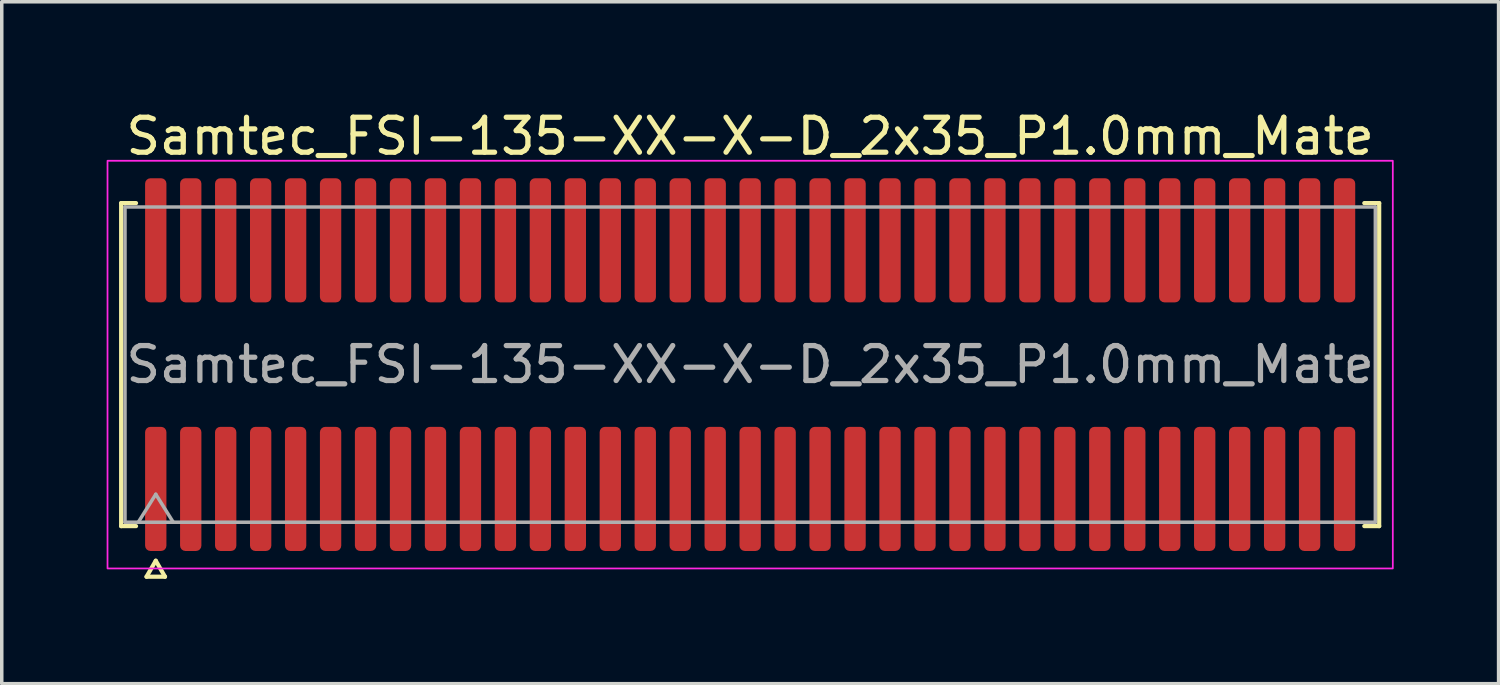
<source format=kicad_pcb>
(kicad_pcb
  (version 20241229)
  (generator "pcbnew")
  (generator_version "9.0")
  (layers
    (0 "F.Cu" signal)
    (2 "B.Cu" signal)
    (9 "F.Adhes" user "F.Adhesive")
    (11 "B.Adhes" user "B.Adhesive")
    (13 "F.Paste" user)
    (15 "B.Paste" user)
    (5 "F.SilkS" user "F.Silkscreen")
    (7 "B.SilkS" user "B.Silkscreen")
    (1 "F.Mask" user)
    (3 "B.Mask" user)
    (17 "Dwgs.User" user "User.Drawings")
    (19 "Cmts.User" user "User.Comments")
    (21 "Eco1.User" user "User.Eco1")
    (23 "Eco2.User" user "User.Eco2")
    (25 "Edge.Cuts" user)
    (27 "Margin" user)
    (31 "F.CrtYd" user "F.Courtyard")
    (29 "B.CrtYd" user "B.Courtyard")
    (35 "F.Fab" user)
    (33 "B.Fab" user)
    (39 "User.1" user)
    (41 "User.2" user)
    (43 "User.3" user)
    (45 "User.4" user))
  (footprint "Samtec_FSI-135-XX-X-D_2x35_P1.0mm_Mate"
    (layer "F.Cu")
    (at 18.405 7.378)
    (property "Reference" "Samtec_FSI-135-XX-X-D_2x35_P1.0mm_Mate" (at 0 -6.53 0) (layer "F.SilkS") (effects (font (size 1 1) (thickness 0.15))))
    (attr exclude_from_pos_files exclude_from_bom)
    (fp_line (start -17.99 -4.619) (end -17.565 -4.619) (stroke (width 0.12) (type solid)) (layer "F.SilkS"))
    (fp_line (start -17.99 4.619) (end -17.99 -4.619) (stroke (width 0.12) (type solid)) (layer "F.SilkS"))
    (fp_line (start -17.565 4.619) (end -17.99 4.619) (stroke (width 0.12) (type solid)) (layer "F.SilkS"))
    (fp_line (start -17.264 6.066) (end -17 5.609) (stroke (width 0.12) (type solid)) (layer "F.SilkS"))
    (fp_line (start -17 5.609) (end -16.736 6.066) (stroke (width 0.12) (type solid)) (layer "F.SilkS"))
    (fp_line (start -16.736 6.066) (end -17.264 6.066) (stroke (width 0.12) (type solid)) (layer "F.SilkS"))
    (fp_line (start 17.565 -4.619) (end 17.99 -4.619) (stroke (width 0.12) (type solid)) (layer "F.SilkS"))
    (fp_line (start 17.99 -4.619) (end 17.99 4.619) (stroke (width 0.12) (type solid)) (layer "F.SilkS"))
    (fp_line (start 17.99 4.619) (end 17.565 4.619) (stroke (width 0.12) (type solid)) (layer "F.SilkS"))
    (fp_rect (start -18.38 -5.83) (end 18.38 5.83) (stroke (width 0.05) (type solid)) (fill no) (layer "F.CrtYd"))
    (fp_line (start -17.88 -4.508) (end 17.88 -4.508) (stroke (width 0.1) (type solid)) (layer "F.Fab"))
    (fp_line (start -17.88 4.508) (end -17.88 -4.508) (stroke (width 0.1) (type solid)) (layer "F.Fab"))
    (fp_line (start -17.5 4.508) (end -17 3.708) (stroke (width 0.1) (type solid)) (layer "F.Fab"))
    (fp_line (start -17 3.708) (end -16.5 4.508) (stroke (width 0.1) (type solid)) (layer "F.Fab"))
    (fp_line (start 17.88 -4.508) (end 17.88 4.508) (stroke (width 0.1) (type solid)) (layer "F.Fab"))
    (fp_line (start 17.88 4.508) (end -17.88 4.508) (stroke (width 0.1) (type solid)) (layer "F.Fab"))
    (fp_text user "${REFERENCE}" (at 0 0 0) (layer "F.Fab") (effects (font (size 1 1) (thickness 0.15))))
    (pad "1" smd roundrect (at -17 3.555) (size 0.61 3.55) (layers "F.Cu" "F.Mask") (roundrect_rratio 0.25))
    (pad "2" smd roundrect (at -17 -3.555) (size 0.61 3.55) (layers "F.Cu" "F.Mask") (roundrect_rratio 0.25))
    (pad "3" smd roundrect (at -16 3.555) (size 0.61 3.55) (layers "F.Cu" "F.Mask") (roundrect_rratio 0.25))
    (pad "4" smd roundrect (at -16 -3.555) (size 0.61 3.55) (layers "F.Cu" "F.Mask") (roundrect_rratio 0.25))
    (pad "5" smd roundrect (at -15 3.555) (size 0.61 3.55) (layers "F.Cu" "F.Mask") (roundrect_rratio 0.25))
    (pad "6" smd roundrect (at -15 -3.555) (size 0.61 3.55) (layers "F.Cu" "F.Mask") (roundrect_rratio 0.25))
    (pad "7" smd roundrect (at -14 3.555) (size 0.61 3.55) (layers "F.Cu" "F.Mask") (roundrect_rratio 0.25))
    (pad "8" smd roundrect (at -14 -3.555) (size 0.61 3.55) (layers "F.Cu" "F.Mask") (roundrect_rratio 0.25))
    (pad "9" smd roundrect (at -13 3.555) (size 0.61 3.55) (layers "F.Cu" "F.Mask") (roundrect_rratio 0.25))
    (pad "10" smd roundrect (at -13 -3.555) (size 0.61 3.55) (layers "F.Cu" "F.Mask") (roundrect_rratio 0.25))
    (pad "11" smd roundrect (at -12 3.555) (size 0.61 3.55) (layers "F.Cu" "F.Mask") (roundrect_rratio 0.25))
    (pad "12" smd roundrect (at -12 -3.555) (size 0.61 3.55) (layers "F.Cu" "F.Mask") (roundrect_rratio 0.25))
    (pad "13" smd roundrect (at -11 3.555) (size 0.61 3.55) (layers "F.Cu" "F.Mask") (roundrect_rratio 0.25))
    (pad "14" smd roundrect (at -11 -3.555) (size 0.61 3.55) (layers "F.Cu" "F.Mask") (roundrect_rratio 0.25))
    (pad "15" smd roundrect (at -10 3.555) (size 0.61 3.55) (layers "F.Cu" "F.Mask") (roundrect_rratio 0.25))
    (pad "16" smd roundrect (at -10 -3.555) (size 0.61 3.55) (layers "F.Cu" "F.Mask") (roundrect_rratio 0.25))
    (pad "17" smd roundrect (at -9 3.555) (size 0.61 3.55) (layers "F.Cu" "F.Mask") (roundrect_rratio 0.25))
    (pad "18" smd roundrect (at -9 -3.555) (size 0.61 3.55) (layers "F.Cu" "F.Mask") (roundrect_rratio 0.25))
    (pad "19" smd roundrect (at -8 3.555) (size 0.61 3.55) (layers "F.Cu" "F.Mask") (roundrect_rratio 0.25))
    (pad "20" smd roundrect (at -8 -3.555) (size 0.61 3.55) (layers "F.Cu" "F.Mask") (roundrect_rratio 0.25))
    (pad "21" smd roundrect (at -7 3.555) (size 0.61 3.55) (layers "F.Cu" "F.Mask") (roundrect_rratio 0.25))
    (pad "22" smd roundrect (at -7 -3.555) (size 0.61 3.55) (layers "F.Cu" "F.Mask") (roundrect_rratio 0.25))
    (pad "23" smd roundrect (at -6 3.555) (size 0.61 3.55) (layers "F.Cu" "F.Mask") (roundrect_rratio 0.25))
    (pad "24" smd roundrect (at -6 -3.555) (size 0.61 3.55) (layers "F.Cu" "F.Mask") (roundrect_rratio 0.25))
    (pad "25" smd roundrect (at -5 3.555) (size 0.61 3.55) (layers "F.Cu" "F.Mask") (roundrect_rratio 0.25))
    (pad "26" smd roundrect (at -5 -3.555) (size 0.61 3.55) (layers "F.Cu" "F.Mask") (roundrect_rratio 0.25))
    (pad "27" smd roundrect (at -4 3.555) (size 0.61 3.55) (layers "F.Cu" "F.Mask") (roundrect_rratio 0.25))
    (pad "28" smd roundrect (at -4 -3.555) (size 0.61 3.55) (layers "F.Cu" "F.Mask") (roundrect_rratio 0.25))
    (pad "29" smd roundrect (at -3 3.555) (size 0.61 3.55) (layers "F.Cu" "F.Mask") (roundrect_rratio 0.25))
    (pad "30" smd roundrect (at -3 -3.555) (size 0.61 3.55) (layers "F.Cu" "F.Mask") (roundrect_rratio 0.25))
    (pad "31" smd roundrect (at -2 3.555) (size 0.61 3.55) (layers "F.Cu" "F.Mask") (roundrect_rratio 0.25))
    (pad "32" smd roundrect (at -2 -3.555) (size 0.61 3.55) (layers "F.Cu" "F.Mask") (roundrect_rratio 0.25))
    (pad "33" smd roundrect (at -1 3.555) (size 0.61 3.55) (layers "F.Cu" "F.Mask") (roundrect_rratio 0.25))
    (pad "34" smd roundrect (at -1 -3.555) (size 0.61 3.55) (layers "F.Cu" "F.Mask") (roundrect_rratio 0.25))
    (pad "35" smd roundrect (at 0 3.555) (size 0.61 3.55) (layers "F.Cu" "F.Mask") (roundrect_rratio 0.25))
    (pad "36" smd roundrect (at 0 -3.555) (size 0.61 3.55) (layers "F.Cu" "F.Mask") (roundrect_rratio 0.25))
    (pad "37" smd roundrect (at 1 3.555) (size 0.61 3.55) (layers "F.Cu" "F.Mask") (roundrect_rratio 0.25))
    (pad "38" smd roundrect (at 1 -3.555) (size 0.61 3.55) (layers "F.Cu" "F.Mask") (roundrect_rratio 0.25))
    (pad "39" smd roundrect (at 2 3.555) (size 0.61 3.55) (layers "F.Cu" "F.Mask") (roundrect_rratio 0.25))
    (pad "40" smd roundrect (at 2 -3.555) (size 0.61 3.55) (layers "F.Cu" "F.Mask") (roundrect_rratio 0.25))
    (pad "41" smd roundrect (at 3 3.555) (size 0.61 3.55) (layers "F.Cu" "F.Mask") (roundrect_rratio 0.25))
    (pad "42" smd roundrect (at 3 -3.555) (size 0.61 3.55) (layers "F.Cu" "F.Mask") (roundrect_rratio 0.25))
    (pad "43" smd roundrect (at 4 3.555) (size 0.61 3.55) (layers "F.Cu" "F.Mask") (roundrect_rratio 0.25))
    (pad "44" smd roundrect (at 4 -3.555) (size 0.61 3.55) (layers "F.Cu" "F.Mask") (roundrect_rratio 0.25))
    (pad "45" smd roundrect (at 5 3.555) (size 0.61 3.55) (layers "F.Cu" "F.Mask") (roundrect_rratio 0.25))
    (pad "46" smd roundrect (at 5 -3.555) (size 0.61 3.55) (layers "F.Cu" "F.Mask") (roundrect_rratio 0.25))
    (pad "47" smd roundrect (at 6 3.555) (size 0.61 3.55) (layers "F.Cu" "F.Mask") (roundrect_rratio 0.25))
    (pad "48" smd roundrect (at 6 -3.555) (size 0.61 3.55) (layers "F.Cu" "F.Mask") (roundrect_rratio 0.25))
    (pad "49" smd roundrect (at 7 3.555) (size 0.61 3.55) (layers "F.Cu" "F.Mask") (roundrect_rratio 0.25))
    (pad "50" smd roundrect (at 7 -3.555) (size 0.61 3.55) (layers "F.Cu" "F.Mask") (roundrect_rratio 0.25))
    (pad "51" smd roundrect (at 8 3.555) (size 0.61 3.55) (layers "F.Cu" "F.Mask") (roundrect_rratio 0.25))
    (pad "52" smd roundrect (at 8 -3.555) (size 0.61 3.55) (layers "F.Cu" "F.Mask") (roundrect_rratio 0.25))
    (pad "53" smd roundrect (at 9 3.555) (size 0.61 3.55) (layers "F.Cu" "F.Mask") (roundrect_rratio 0.25))
    (pad "54" smd roundrect (at 9 -3.555) (size 0.61 3.55) (layers "F.Cu" "F.Mask") (roundrect_rratio 0.25))
    (pad "55" smd roundrect (at 10 3.555) (size 0.61 3.55) (layers "F.Cu" "F.Mask") (roundrect_rratio 0.25))
    (pad "56" smd roundrect (at 10 -3.555) (size 0.61 3.55) (layers "F.Cu" "F.Mask") (roundrect_rratio 0.25))
    (pad "57" smd roundrect (at 11 3.555) (size 0.61 3.55) (layers "F.Cu" "F.Mask") (roundrect_rratio 0.25))
    (pad "58" smd roundrect (at 11 -3.555) (size 0.61 3.55) (layers "F.Cu" "F.Mask") (roundrect_rratio 0.25))
    (pad "59" smd roundrect (at 12 3.555) (size 0.61 3.55) (layers "F.Cu" "F.Mask") (roundrect_rratio 0.25))
    (pad "60" smd roundrect (at 12 -3.555) (size 0.61 3.55) (layers "F.Cu" "F.Mask") (roundrect_rratio 0.25))
    (pad "61" smd roundrect (at 13 3.555) (size 0.61 3.55) (layers "F.Cu" "F.Mask") (roundrect_rratio 0.25))
    (pad "62" smd roundrect (at 13 -3.555) (size 0.61 3.55) (layers "F.Cu" "F.Mask") (roundrect_rratio 0.25))
    (pad "63" smd roundrect (at 14 3.555) (size 0.61 3.55) (layers "F.Cu" "F.Mask") (roundrect_rratio 0.25))
    (pad "64" smd roundrect (at 14 -3.555) (size 0.61 3.55) (layers "F.Cu" "F.Mask") (roundrect_rratio 0.25))
    (pad "65" smd roundrect (at 15 3.555) (size 0.61 3.55) (layers "F.Cu" "F.Mask") (roundrect_rratio 0.25))
    (pad "66" smd roundrect (at 15 -3.555) (size 0.61 3.55) (layers "F.Cu" "F.Mask") (roundrect_rratio 0.25))
    (pad "67" smd roundrect (at 16 3.555) (size 0.61 3.55) (layers "F.Cu" "F.Mask") (roundrect_rratio 0.25))
    (pad "68" smd roundrect (at 16 -3.555) (size 0.61 3.55) (layers "F.Cu" "F.Mask") (roundrect_rratio 0.25))
    (pad "69" smd roundrect (at 17 3.555) (size 0.61 3.55) (layers "F.Cu" "F.Mask") (roundrect_rratio 0.25))
    (pad "70" smd roundrect (at 17 -3.555) (size 0.61 3.55) (layers "F.Cu" "F.Mask") (roundrect_rratio 0.25)))
  (gr_rect
    (start -3 -3)
    (end 39.81 16.504)
    (stroke (width 0.1) (type default))
    (fill no)
    (layer "Edge.Cuts")))
</source>
